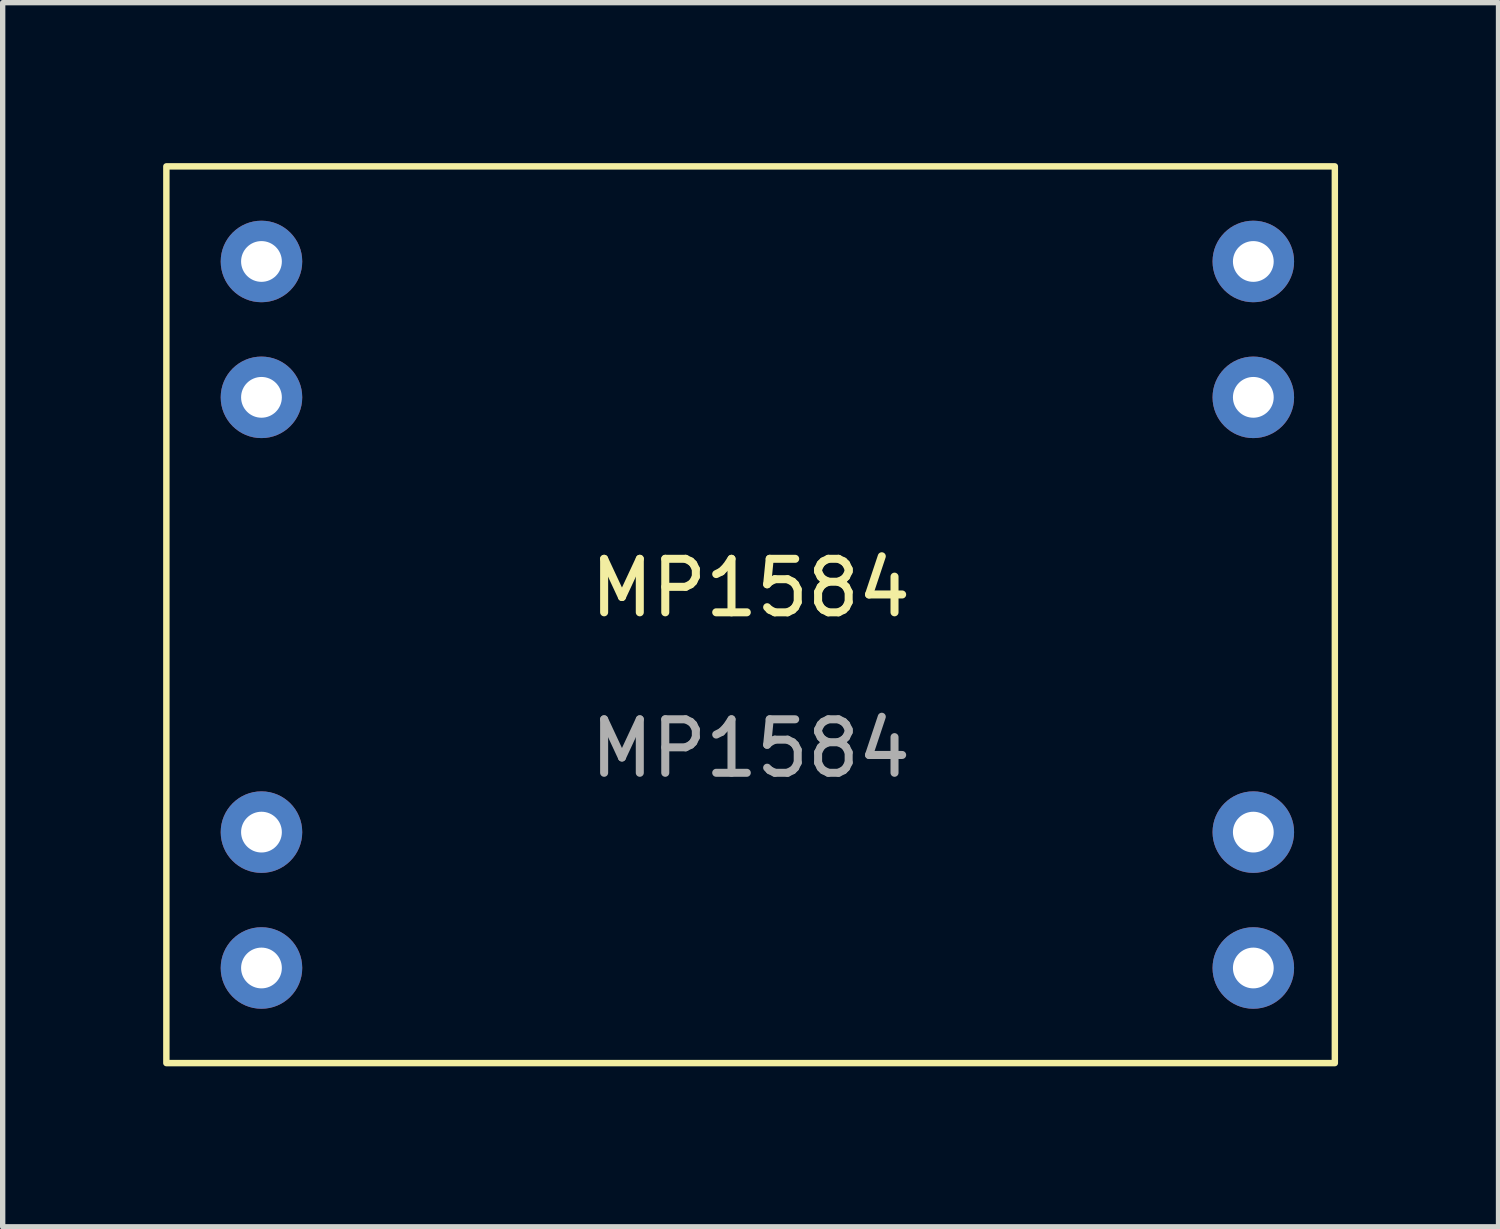
<source format=kicad_pcb>
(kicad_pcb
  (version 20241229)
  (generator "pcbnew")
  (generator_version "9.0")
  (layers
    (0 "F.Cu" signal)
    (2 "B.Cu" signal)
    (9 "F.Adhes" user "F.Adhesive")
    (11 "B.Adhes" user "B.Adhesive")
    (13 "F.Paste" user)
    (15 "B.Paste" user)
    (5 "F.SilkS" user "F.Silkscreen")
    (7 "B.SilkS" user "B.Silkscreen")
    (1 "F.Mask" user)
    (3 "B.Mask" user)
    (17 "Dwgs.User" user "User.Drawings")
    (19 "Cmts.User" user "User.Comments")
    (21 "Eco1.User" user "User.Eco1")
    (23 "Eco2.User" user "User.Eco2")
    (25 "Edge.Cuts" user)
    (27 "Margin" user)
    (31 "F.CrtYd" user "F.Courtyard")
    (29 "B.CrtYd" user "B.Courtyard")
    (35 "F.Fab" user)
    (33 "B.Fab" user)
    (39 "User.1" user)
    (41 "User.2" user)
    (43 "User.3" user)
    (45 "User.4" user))
  (footprint "MP1584"
    (layer "F.Cu")
    (at 10.982 8.442)
    (property "Reference" "MP1584" (at 0 -0.5 0) (unlocked yes) (layer "F.SilkS") (effects (font (size 1 1) (thickness 0.15))))
    (attr through_hole)
    (fp_rect (start -10.922 -8.382) (end 10.922 8.382) (stroke (width 0.12) (type solid)) (fill no) (layer "F.SilkS"))
    (fp_text user "${REFERENCE}" (at 0 2.5 0) (unlocked yes) (layer "F.Fab") (effects (font (size 1 1) (thickness 0.15))))
    (pad "1" thru_hole circle (at -9.144 4.064) (size 1.524 1.524) (drill 0.762) (layers "*.Cu" "*.Mask"))
    (pad "1" thru_hole circle (at -9.144 6.604) (size 1.524 1.524) (drill 0.762) (layers "*.Cu" "*.Mask"))
    (pad "2" thru_hole circle (at -9.144 -6.604) (size 1.524 1.524) (drill 0.762) (layers "*.Cu" "*.Mask"))
    (pad "2" thru_hole circle (at -9.144 -4.064) (size 1.524 1.524) (drill 0.762) (layers "*.Cu" "*.Mask"))
    (pad "3" thru_hole circle (at 9.398 4.064) (size 1.524 1.524) (drill 0.762) (layers "*.Cu" "*.Mask"))
    (pad "3" thru_hole circle (at 9.398 6.604) (size 1.524 1.524) (drill 0.762) (layers "*.Cu" "*.Mask"))
    (pad "4" thru_hole circle (at 9.398 -6.604) (size 1.524 1.524) (drill 0.762) (layers "*.Cu" "*.Mask"))
    (pad "4" thru_hole circle (at 9.398 -4.064) (size 1.524 1.524) (drill 0.762) (layers "*.Cu" "*.Mask")))
  (gr_rect
    (start -3 -3)
    (end 24.964 19.884)
    (stroke (width 0.1) (type default))
    (fill no)
    (layer "Edge.Cuts")))
</source>
